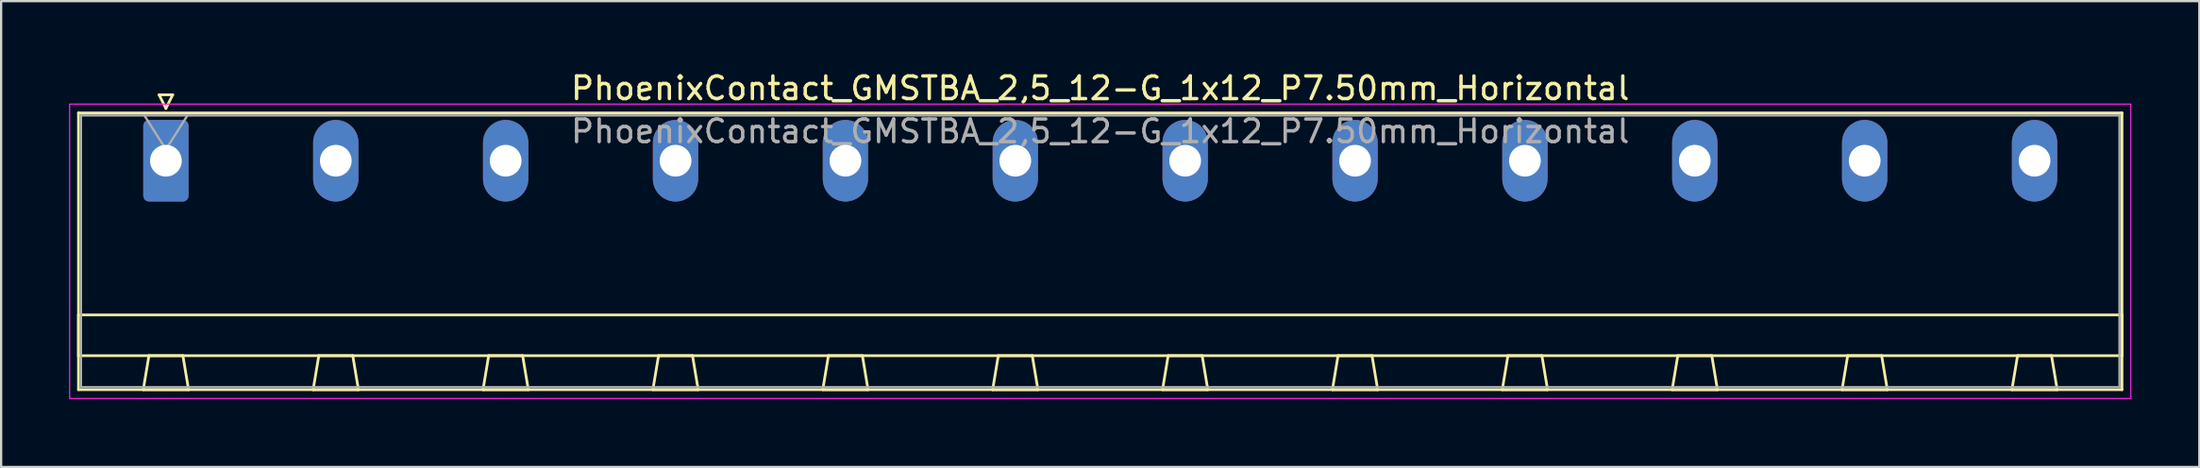
<source format=kicad_pcb>
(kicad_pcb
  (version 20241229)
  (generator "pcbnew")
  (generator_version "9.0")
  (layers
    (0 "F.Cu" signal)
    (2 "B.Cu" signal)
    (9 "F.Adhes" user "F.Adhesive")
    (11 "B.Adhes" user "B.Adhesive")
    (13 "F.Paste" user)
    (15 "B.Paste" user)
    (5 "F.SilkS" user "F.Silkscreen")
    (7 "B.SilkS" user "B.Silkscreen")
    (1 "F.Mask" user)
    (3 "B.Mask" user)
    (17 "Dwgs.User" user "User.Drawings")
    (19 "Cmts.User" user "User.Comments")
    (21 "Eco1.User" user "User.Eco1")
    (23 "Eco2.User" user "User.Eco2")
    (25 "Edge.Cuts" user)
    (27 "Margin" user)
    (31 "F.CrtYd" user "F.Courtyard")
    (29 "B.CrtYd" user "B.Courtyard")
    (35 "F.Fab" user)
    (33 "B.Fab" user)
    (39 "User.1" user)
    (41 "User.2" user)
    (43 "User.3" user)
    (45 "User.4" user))
  (footprint "PhoenixContact_GMSTBA_2,5_12-G_1x12_P7.50mm_Horizontal"
    (layer "F.Cu")
    (at 4.275 4.048)
    (property "Reference" "PhoenixContact_GMSTBA_2,5_12-G_1x12_P7.50mm_Horizontal" (at 41.25 -3.2 0) (layer "F.SilkS") (effects (font (size 1 1) (thickness 0.15))))
    (attr through_hole)
    (fp_line (start -3.86 -2.11) (end -3.86 10.11) (stroke (width 0.12) (type solid)) (layer "F.SilkS"))
    (fp_line (start -3.86 6.81) (end 86.36 6.81) (stroke (width 0.12) (type solid)) (layer "F.SilkS"))
    (fp_line (start -3.86 8.61) (end -3.86 6.81) (stroke (width 0.12) (type solid)) (layer "F.SilkS"))
    (fp_line (start -3.86 10.11) (end 86.36 10.11) (stroke (width 0.12) (type solid)) (layer "F.SilkS"))
    (fp_line (start -1 10.11) (end 1 10.11) (stroke (width 0.12) (type solid)) (layer "F.SilkS"))
    (fp_line (start -0.75 8.61) (end -1 10.11) (stroke (width 0.12) (type solid)) (layer "F.SilkS"))
    (fp_line (start -0.3 -2.91) (end 0.3 -2.91) (stroke (width 0.12) (type solid)) (layer "F.SilkS"))
    (fp_line (start 0 -2.31) (end -0.3 -2.91) (stroke (width 0.12) (type solid)) (layer "F.SilkS"))
    (fp_line (start 0.3 -2.91) (end 0 -2.31) (stroke (width 0.12) (type solid)) (layer "F.SilkS"))
    (fp_line (start 0.75 8.61) (end -0.75 8.61) (stroke (width 0.12) (type solid)) (layer "F.SilkS"))
    (fp_line (start 1 10.11) (end 0.75 8.61) (stroke (width 0.12) (type solid)) (layer "F.SilkS"))
    (fp_line (start 6.5 10.11) (end 8.5 10.11) (stroke (width 0.12) (type solid)) (layer "F.SilkS"))
    (fp_line (start 6.75 8.61) (end 6.5 10.11) (stroke (width 0.12) (type solid)) (layer "F.SilkS"))
    (fp_line (start 8.25 8.61) (end 6.75 8.61) (stroke (width 0.12) (type solid)) (layer "F.SilkS"))
    (fp_line (start 8.5 10.11) (end 8.25 8.61) (stroke (width 0.12) (type solid)) (layer "F.SilkS"))
    (fp_line (start 14 10.11) (end 16 10.11) (stroke (width 0.12) (type solid)) (layer "F.SilkS"))
    (fp_line (start 14.25 8.61) (end 14 10.11) (stroke (width 0.12) (type solid)) (layer "F.SilkS"))
    (fp_line (start 15.75 8.61) (end 14.25 8.61) (stroke (width 0.12) (type solid)) (layer "F.SilkS"))
    (fp_line (start 16 10.11) (end 15.75 8.61) (stroke (width 0.12) (type solid)) (layer "F.SilkS"))
    (fp_line (start 21.5 10.11) (end 23.5 10.11) (stroke (width 0.12) (type solid)) (layer "F.SilkS"))
    (fp_line (start 21.75 8.61) (end 21.5 10.11) (stroke (width 0.12) (type solid)) (layer "F.SilkS"))
    (fp_line (start 23.25 8.61) (end 21.75 8.61) (stroke (width 0.12) (type solid)) (layer "F.SilkS"))
    (fp_line (start 23.5 10.11) (end 23.25 8.61) (stroke (width 0.12) (type solid)) (layer "F.SilkS"))
    (fp_line (start 29 10.11) (end 31 10.11) (stroke (width 0.12) (type solid)) (layer "F.SilkS"))
    (fp_line (start 29.25 8.61) (end 29 10.11) (stroke (width 0.12) (type solid)) (layer "F.SilkS"))
    (fp_line (start 30.75 8.61) (end 29.25 8.61) (stroke (width 0.12) (type solid)) (layer "F.SilkS"))
    (fp_line (start 31 10.11) (end 30.75 8.61) (stroke (width 0.12) (type solid)) (layer "F.SilkS"))
    (fp_line (start 36.5 10.11) (end 38.5 10.11) (stroke (width 0.12) (type solid)) (layer "F.SilkS"))
    (fp_line (start 36.75 8.61) (end 36.5 10.11) (stroke (width 0.12) (type solid)) (layer "F.SilkS"))
    (fp_line (start 38.25 8.61) (end 36.75 8.61) (stroke (width 0.12) (type solid)) (layer "F.SilkS"))
    (fp_line (start 38.5 10.11) (end 38.25 8.61) (stroke (width 0.12) (type solid)) (layer "F.SilkS"))
    (fp_line (start 44 10.11) (end 46 10.11) (stroke (width 0.12) (type solid)) (layer "F.SilkS"))
    (fp_line (start 44.25 8.61) (end 44 10.11) (stroke (width 0.12) (type solid)) (layer "F.SilkS"))
    (fp_line (start 45.75 8.61) (end 44.25 8.61) (stroke (width 0.12) (type solid)) (layer "F.SilkS"))
    (fp_line (start 46 10.11) (end 45.75 8.61) (stroke (width 0.12) (type solid)) (layer "F.SilkS"))
    (fp_line (start 51.5 10.11) (end 53.5 10.11) (stroke (width 0.12) (type solid)) (layer "F.SilkS"))
    (fp_line (start 51.75 8.61) (end 51.5 10.11) (stroke (width 0.12) (type solid)) (layer "F.SilkS"))
    (fp_line (start 53.25 8.61) (end 51.75 8.61) (stroke (width 0.12) (type solid)) (layer "F.SilkS"))
    (fp_line (start 53.5 10.11) (end 53.25 8.61) (stroke (width 0.12) (type solid)) (layer "F.SilkS"))
    (fp_line (start 59 10.11) (end 61 10.11) (stroke (width 0.12) (type solid)) (layer "F.SilkS"))
    (fp_line (start 59.25 8.61) (end 59 10.11) (stroke (width 0.12) (type solid)) (layer "F.SilkS"))
    (fp_line (start 60.75 8.61) (end 59.25 8.61) (stroke (width 0.12) (type solid)) (layer "F.SilkS"))
    (fp_line (start 61 10.11) (end 60.75 8.61) (stroke (width 0.12) (type solid)) (layer "F.SilkS"))
    (fp_line (start 66.5 10.11) (end 68.5 10.11) (stroke (width 0.12) (type solid)) (layer "F.SilkS"))
    (fp_line (start 66.75 8.61) (end 66.5 10.11) (stroke (width 0.12) (type solid)) (layer "F.SilkS"))
    (fp_line (start 68.25 8.61) (end 66.75 8.61) (stroke (width 0.12) (type solid)) (layer "F.SilkS"))
    (fp_line (start 68.5 10.11) (end 68.25 8.61) (stroke (width 0.12) (type solid)) (layer "F.SilkS"))
    (fp_line (start 74 10.11) (end 76 10.11) (stroke (width 0.12) (type solid)) (layer "F.SilkS"))
    (fp_line (start 74.25 8.61) (end 74 10.11) (stroke (width 0.12) (type solid)) (layer "F.SilkS"))
    (fp_line (start 75.75 8.61) (end 74.25 8.61) (stroke (width 0.12) (type solid)) (layer "F.SilkS"))
    (fp_line (start 76 10.11) (end 75.75 8.61) (stroke (width 0.12) (type solid)) (layer "F.SilkS"))
    (fp_line (start 81.5 10.11) (end 83.5 10.11) (stroke (width 0.12) (type solid)) (layer "F.SilkS"))
    (fp_line (start 81.75 8.61) (end 81.5 10.11) (stroke (width 0.12) (type solid)) (layer "F.SilkS"))
    (fp_line (start 83.25 8.61) (end 81.75 8.61) (stroke (width 0.12) (type solid)) (layer "F.SilkS"))
    (fp_line (start 83.5 10.11) (end 83.25 8.61) (stroke (width 0.12) (type solid)) (layer "F.SilkS"))
    (fp_line (start 86.36 -2.11) (end -3.86 -2.11) (stroke (width 0.12) (type solid)) (layer "F.SilkS"))
    (fp_line (start 86.36 6.81) (end 86.36 8.61) (stroke (width 0.12) (type solid)) (layer "F.SilkS"))
    (fp_line (start 86.36 8.61) (end -3.86 8.61) (stroke (width 0.12) (type solid)) (layer "F.SilkS"))
    (fp_line (start 86.36 10.11) (end 86.36 -2.11) (stroke (width 0.12) (type solid)) (layer "F.SilkS"))
    (fp_line (start -4.25 -2.5) (end -4.25 10.5) (stroke (width 0.05) (type solid)) (layer "F.CrtYd"))
    (fp_line (start -4.25 10.5) (end 86.75 10.5) (stroke (width 0.05) (type solid)) (layer "F.CrtYd"))
    (fp_line (start 86.75 -2.5) (end -4.25 -2.5) (stroke (width 0.05) (type solid)) (layer "F.CrtYd"))
    (fp_line (start 86.75 10.5) (end 86.75 -2.5) (stroke (width 0.05) (type solid)) (layer "F.CrtYd"))
    (fp_line (start -3.75 -2) (end -3.75 10) (stroke (width 0.1) (type solid)) (layer "F.Fab"))
    (fp_line (start -3.75 10) (end 86.25 10) (stroke (width 0.1) (type solid)) (layer "F.Fab"))
    (fp_line (start 0 -0.5) (end -0.95 -2) (stroke (width 0.1) (type solid)) (layer "F.Fab"))
    (fp_line (start 0.95 -2) (end 0 -0.5) (stroke (width 0.1) (type solid)) (layer "F.Fab"))
    (fp_line (start 86.25 -2) (end -3.75 -2) (stroke (width 0.1) (type solid)) (layer "F.Fab"))
    (fp_line (start 86.25 10) (end 86.25 -2) (stroke (width 0.1) (type solid)) (layer "F.Fab"))
    (fp_text user "${REFERENCE}" (at 41.25 -1.3 0) (layer "F.Fab") (effects (font (size 1 1) (thickness 0.15))))
    (pad "1" thru_hole roundrect (at 0 0) (size 2 3.6) (drill 1.4) (layers "*.Cu" "*.Mask") (roundrect_rratio 0.125))
    (pad "2" thru_hole oval (at 7.5 0) (size 2 3.6) (drill 1.4) (layers "*.Cu" "*.Mask"))
    (pad "3" thru_hole oval (at 15 0) (size 2 3.6) (drill 1.4) (layers "*.Cu" "*.Mask"))
    (pad "4" thru_hole oval (at 22.5 0) (size 2 3.6) (drill 1.4) (layers "*.Cu" "*.Mask"))
    (pad "5" thru_hole oval (at 30 0) (size 2 3.6) (drill 1.4) (layers "*.Cu" "*.Mask"))
    (pad "6" thru_hole oval (at 37.5 0) (size 2 3.6) (drill 1.4) (layers "*.Cu" "*.Mask"))
    (pad "7" thru_hole oval (at 45 0) (size 2 3.6) (drill 1.4) (layers "*.Cu" "*.Mask"))
    (pad "8" thru_hole oval (at 52.5 0) (size 2 3.6) (drill 1.4) (layers "*.Cu" "*.Mask"))
    (pad "9" thru_hole oval (at 60 0) (size 2 3.6) (drill 1.4) (layers "*.Cu" "*.Mask"))
    (pad "10" thru_hole oval (at 67.5 0) (size 2 3.6) (drill 1.4) (layers "*.Cu" "*.Mask"))
    (pad "11" thru_hole oval (at 75 0) (size 2 3.6) (drill 1.4) (layers "*.Cu" "*.Mask"))
    (pad "12" thru_hole oval (at 82.5 0) (size 2 3.6) (drill 1.4) (layers "*.Cu" "*.Mask")))
  (gr_rect
    (start -3 -3)
    (end 94.05 17.573)
    (stroke (width 0.1) (type default))
    (fill no)
    (layer "Edge.Cuts")))
</source>
